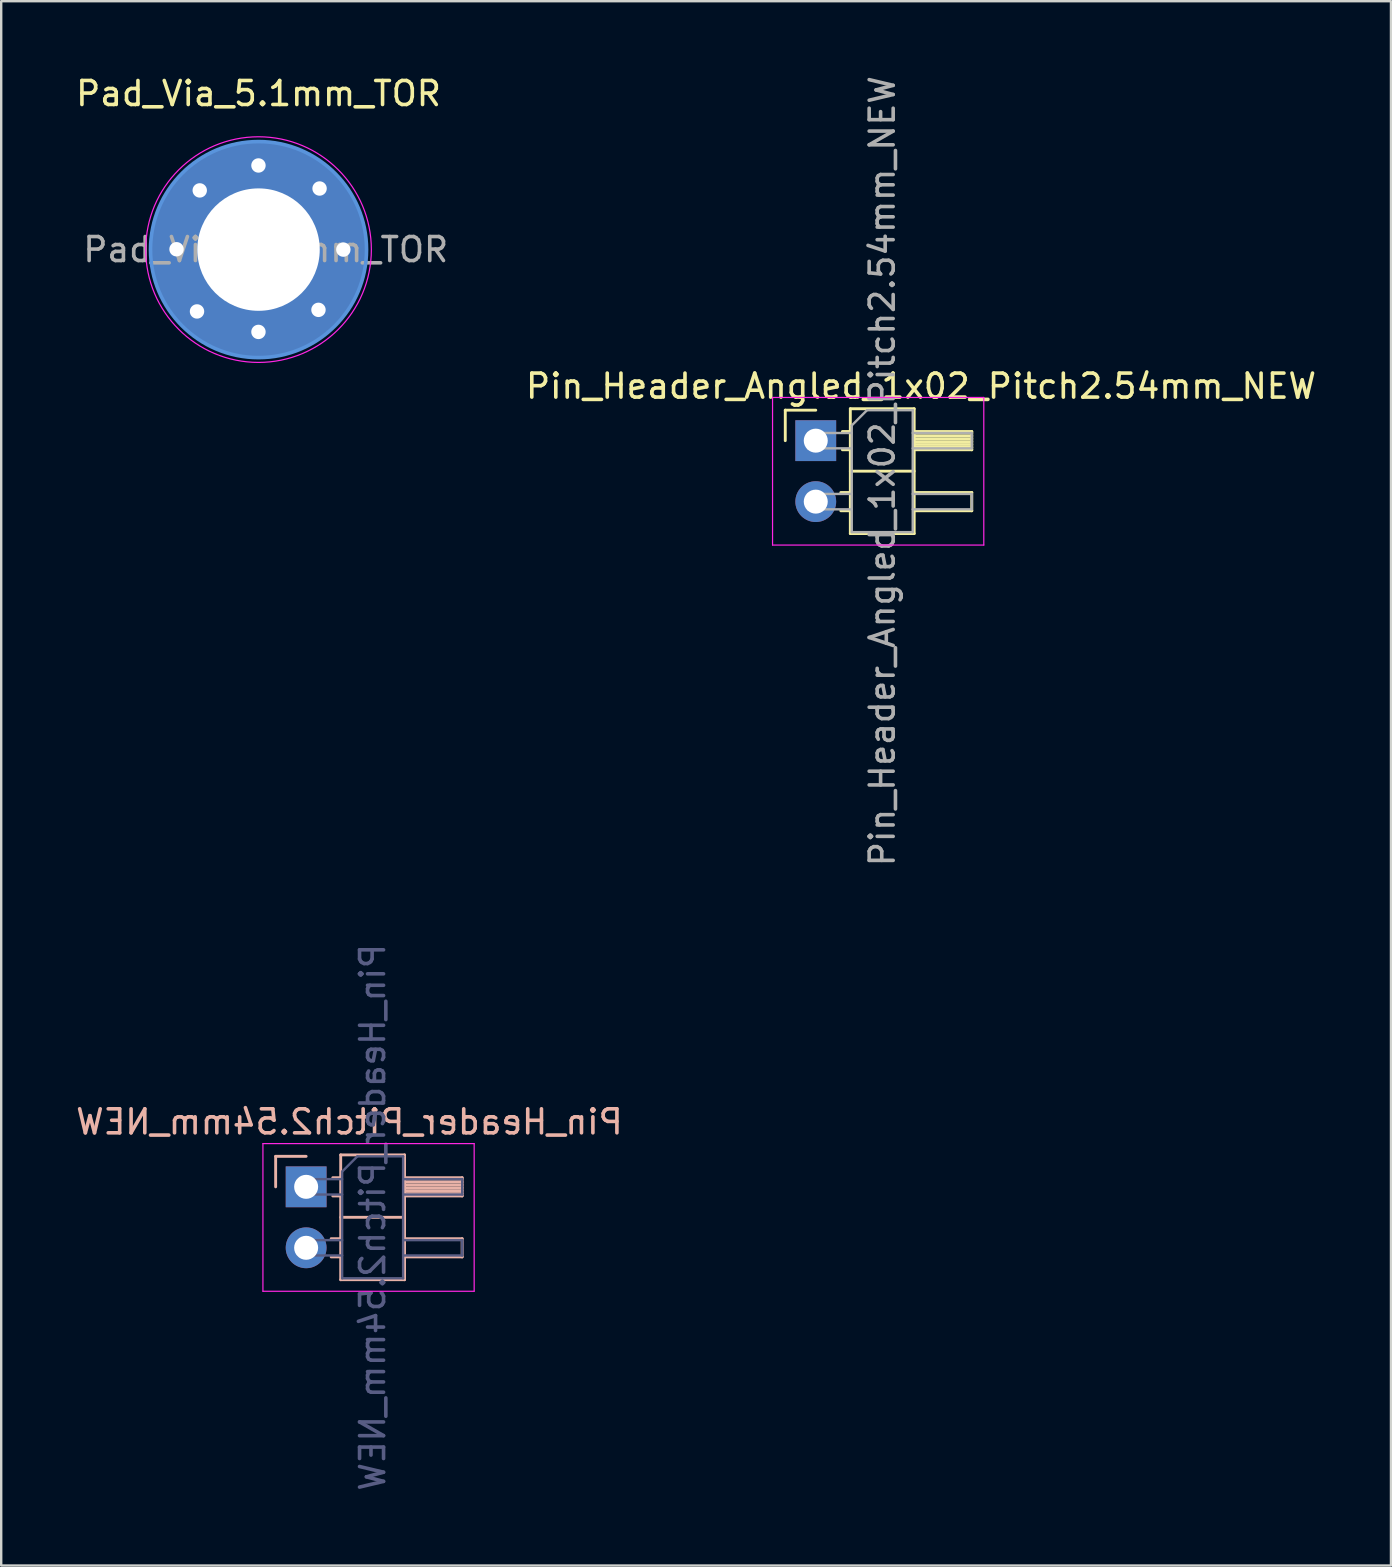
<source format=kicad_pcb>
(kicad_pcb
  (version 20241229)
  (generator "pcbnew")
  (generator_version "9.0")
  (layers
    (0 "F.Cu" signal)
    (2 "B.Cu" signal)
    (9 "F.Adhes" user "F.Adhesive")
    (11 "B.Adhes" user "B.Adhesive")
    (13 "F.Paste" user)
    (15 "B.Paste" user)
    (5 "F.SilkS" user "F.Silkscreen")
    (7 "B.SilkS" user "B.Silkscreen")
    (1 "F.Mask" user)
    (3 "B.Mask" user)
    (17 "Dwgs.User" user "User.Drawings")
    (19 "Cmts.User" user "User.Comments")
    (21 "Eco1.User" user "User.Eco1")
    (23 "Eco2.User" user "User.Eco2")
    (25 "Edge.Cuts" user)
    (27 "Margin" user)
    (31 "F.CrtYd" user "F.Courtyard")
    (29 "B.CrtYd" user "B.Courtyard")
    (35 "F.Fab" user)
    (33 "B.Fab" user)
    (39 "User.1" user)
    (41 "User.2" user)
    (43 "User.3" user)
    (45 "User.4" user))
  (footprint "Pin_Header_Pitch2.54mm_NEW"
    (layer "F.Cu")
    (at 9.703 46.391)
    (property "Reference" "Pin_Header_Pitch2.54mm_NEW" (at 1.803 -2.705 0) (layer "B.SilkS") (effects (font (size 1 1) (thickness 0.15)) (justify mirror)))
    (attr through_hole)
    (fp_line (start -1.27 -1.27) (end 0 -1.27) (stroke (width 0.12) (type solid)) (layer "B.SilkS"))
    (fp_line (start -1.27 0) (end -1.27 -1.27) (stroke (width 0.12) (type solid)) (layer "B.SilkS"))
    (fp_line (start 1.043 2.16) (end 1.44 2.16) (stroke (width 0.12) (type solid)) (layer "B.SilkS"))
    (fp_line (start 1.043 2.92) (end 1.44 2.92) (stroke (width 0.12) (type solid)) (layer "B.SilkS"))
    (fp_line (start 1.11 -0.38) (end 1.44 -0.38) (stroke (width 0.12) (type solid)) (layer "B.SilkS"))
    (fp_line (start 1.11 0.38) (end 1.44 0.38) (stroke (width 0.12) (type solid)) (layer "B.SilkS"))
    (fp_line (start 1.44 -1.33) (end 1.44 3.87) (stroke (width 0.12) (type solid)) (layer "B.SilkS"))
    (fp_line (start 1.44 1.27) (end 4.1 1.27) (stroke (width 0.12) (type solid)) (layer "B.SilkS"))
    (fp_line (start 1.44 3.87) (end 4.1 3.87) (stroke (width 0.12) (type solid)) (layer "B.SilkS"))
    (fp_line (start 4.1 -1.33) (end 1.44 -1.33) (stroke (width 0.12) (type solid)) (layer "B.SilkS"))
    (fp_line (start 4.1 -0.38) (end 6.5 -0.38) (stroke (width 0.12) (type solid)) (layer "B.SilkS"))
    (fp_line (start 4.1 -0.32) (end 6.5 -0.32) (stroke (width 0.12) (type solid)) (layer "B.SilkS"))
    (fp_line (start 4.1 -0.2) (end 6.5 -0.2) (stroke (width 0.12) (type solid)) (layer "B.SilkS"))
    (fp_line (start 4.1 -0.08) (end 6.5 -0.08) (stroke (width 0.12) (type solid)) (layer "B.SilkS"))
    (fp_line (start 4.1 0.04) (end 6.5 0.04) (stroke (width 0.12) (type solid)) (layer "B.SilkS"))
    (fp_line (start 4.1 0.16) (end 6.5 0.16) (stroke (width 0.12) (type solid)) (layer "B.SilkS"))
    (fp_line (start 4.1 0.28) (end 6.5 0.28) (stroke (width 0.12) (type solid)) (layer "B.SilkS"))
    (fp_line (start 4.1 2.16) (end 6.5 2.16) (stroke (width 0.12) (type solid)) (layer "B.SilkS"))
    (fp_line (start 4.1 3.87) (end 4.1 -1.33) (stroke (width 0.12) (type solid)) (layer "B.SilkS"))
    (fp_line (start 6.5 -0.38) (end 6.5 0.38) (stroke (width 0.12) (type solid)) (layer "B.SilkS"))
    (fp_line (start 6.5 0.38) (end 4.1 0.38) (stroke (width 0.12) (type solid)) (layer "B.SilkS"))
    (fp_line (start 6.5 2.16) (end 6.5 2.92) (stroke (width 0.12) (type solid)) (layer "B.SilkS"))
    (fp_line (start 6.5 2.92) (end 4.1 2.92) (stroke (width 0.12) (type solid)) (layer "B.SilkS"))
    (fp_line (start -1.8 -1.8) (end -1.8 4.35) (stroke (width 0.05) (type solid)) (layer "F.CrtYd"))
    (fp_line (start -1.8 4.35) (end 7 4.35) (stroke (width 0.05) (type solid)) (layer "F.CrtYd"))
    (fp_line (start 7 -1.8) (end -1.8 -1.8) (stroke (width 0.05) (type solid)) (layer "F.CrtYd"))
    (fp_line (start 7 4.35) (end 7 -1.8) (stroke (width 0.05) (type solid)) (layer "F.CrtYd"))
    (fp_line (start -0.32 -0.32) (end -0.32 0.32) (stroke (width 0.1) (type solid)) (layer "B.Fab"))
    (fp_line (start -0.32 -0.32) (end 1.5 -0.32) (stroke (width 0.1) (type solid)) (layer "B.Fab"))
    (fp_line (start -0.32 0.32) (end 1.5 0.32) (stroke (width 0.1) (type solid)) (layer "B.Fab"))
    (fp_line (start -0.32 2.22) (end -0.32 2.86) (stroke (width 0.1) (type solid)) (layer "B.Fab"))
    (fp_line (start -0.32 2.22) (end 1.5 2.22) (stroke (width 0.1) (type solid)) (layer "B.Fab"))
    (fp_line (start -0.32 2.86) (end 1.5 2.86) (stroke (width 0.1) (type solid)) (layer "B.Fab"))
    (fp_line (start 1.5 -0.635) (end 2.135 -1.27) (stroke (width 0.1) (type solid)) (layer "B.Fab"))
    (fp_line (start 1.5 3.81) (end 1.5 -0.635) (stroke (width 0.1) (type solid)) (layer "B.Fab"))
    (fp_line (start 2.135 -1.27) (end 4.04 -1.27) (stroke (width 0.1) (type solid)) (layer "B.Fab"))
    (fp_line (start 4.04 -1.27) (end 4.04 3.81) (stroke (width 0.1) (type solid)) (layer "B.Fab"))
    (fp_line (start 4.04 -0.32) (end 6.5 -0.32) (stroke (width 0.1) (type solid)) (layer "B.Fab"))
    (fp_line (start 4.04 0.32) (end 6.5 0.32) (stroke (width 0.1) (type solid)) (layer "B.Fab"))
    (fp_line (start 4.04 2.22) (end 6.5 2.22) (stroke (width 0.1) (type solid)) (layer "B.Fab"))
    (fp_line (start 4.04 2.86) (end 6.5 2.86) (stroke (width 0.1) (type solid)) (layer "B.Fab"))
    (fp_line (start 4.04 3.81) (end 1.5 3.81) (stroke (width 0.1) (type solid)) (layer "B.Fab"))
    (fp_line (start 6.5 -0.32) (end 6.5 0.32) (stroke (width 0.1) (type solid)) (layer "B.Fab"))
    (fp_line (start 6.5 2.22) (end 6.5 2.86) (stroke (width 0.1) (type solid)) (layer "B.Fab"))
    (fp_text user "${REFERENCE}" (at 2.77 1.27 90) (layer "B.Fab") (effects (font (size 1 1) (thickness 0.15)) (justify mirror)))
    (pad "1" thru_hole rect (at 0 0) (size 1.7 1.7) (drill 1) (layers "*.Cu" "*.Mask"))
    (pad "2" thru_hole oval (at 0 2.54) (size 1.7 1.7) (drill 1) (layers "*.Cu" "*.Mask")))
  (footprint "Pad_Via_5.1mm_TOR"
    (layer "F.Cu")
    (at 7.72 7.348)
    (property "Reference" "Pad_Via_5.1mm_TOR" (at 0 -6.5 0) (layer "F.SilkS") (effects (font (size 1 1) (thickness 0.15))))
    (attr exclude_from_pos_files exclude_from_bom)
    (fp_circle (center 0 0) (end 4.5 0) (stroke (width 0.15) (type solid)) (fill no) (layer "Cmts.User"))
    (fp_circle (center 0 0) (end 4.7 0) (stroke (width 0.05) (type solid)) (fill no) (layer "F.CrtYd"))
    (fp_text user "${REFERENCE}" (at 0.3 0 0) (layer "F.Fab") (effects (font (size 1 1) (thickness 0.15))))
    (pad "" thru_hole circle (at -3.416 -0.015) (size 0.9 0.9) (drill 0.6) (layers "*.Cu" "*.Mask"))
    (pad "" thru_hole circle (at -2.563 2.576) (size 0.9 0.9) (drill 0.6) (layers "*.Cu" "*.Mask"))
    (pad "" thru_hole circle (at -2.449 -2.466) (size 0.9 0.9) (drill 0.6) (layers "*.Cu" "*.Mask"))
    (pad "" thru_hole circle (at -0.003 -3.505) (size 0.9 0.9) (drill 0.6) (layers "*.Cu" "*.Mask"))
    (pad "" thru_hole circle (at -0.003 3.429) (size 0.9 0.9) (drill 0.6) (layers "*.Cu" "*.Mask"))
    (pad "" thru_hole circle (at 2.497 2.51) (size 0.9 0.9) (drill 0.6) (layers "*.Cu" "*.Mask"))
    (pad "" thru_hole circle (at 2.543 -2.545) (size 0.9 0.9) (drill 0.6) (layers "*.Cu" "*.Mask"))
    (pad "" thru_hole circle (at 3.533 0) (size 0.9 0.9) (drill 0.6) (layers "*.Cu" "*.Mask"))
    (pad "1" thru_hole circle (at 0 0) (size 9 9) (drill 5.1) (layers "*.Cu" "*.Mask")))
  (footprint "Pin_Header_Angled_1x02_Pitch2.54mm_NEW"
    (layer "F.Cu")
    (at 30.933 15.307)
    (property "Reference" "Pin_Header_Angled_1x02_Pitch2.54mm_NEW" (at 4.385 -2.27 0) (layer "F.SilkS") (effects (font (size 1 1) (thickness 0.15))))
    (attr through_hole)
    (fp_line (start -1.27 -1.27) (end 0 -1.27) (stroke (width 0.12) (type solid)) (layer "F.SilkS"))
    (fp_line (start -1.27 0) (end -1.27 -1.27) (stroke (width 0.12) (type solid)) (layer "F.SilkS"))
    (fp_line (start 1.043 2.16) (end 1.44 2.16) (stroke (width 0.12) (type solid)) (layer "F.SilkS"))
    (fp_line (start 1.043 2.92) (end 1.44 2.92) (stroke (width 0.12) (type solid)) (layer "F.SilkS"))
    (fp_line (start 1.11 -0.38) (end 1.44 -0.38) (stroke (width 0.12) (type solid)) (layer "F.SilkS"))
    (fp_line (start 1.11 0.38) (end 1.44 0.38) (stroke (width 0.12) (type solid)) (layer "F.SilkS"))
    (fp_line (start 1.44 -1.33) (end 1.44 3.87) (stroke (width 0.12) (type solid)) (layer "F.SilkS"))
    (fp_line (start 1.44 1.27) (end 4.1 1.27) (stroke (width 0.12) (type solid)) (layer "F.SilkS"))
    (fp_line (start 1.44 3.87) (end 4.1 3.87) (stroke (width 0.12) (type solid)) (layer "F.SilkS"))
    (fp_line (start 4.1 -1.33) (end 1.44 -1.33) (stroke (width 0.12) (type solid)) (layer "F.SilkS"))
    (fp_line (start 4.1 -0.38) (end 6.5 -0.38) (stroke (width 0.12) (type solid)) (layer "F.SilkS"))
    (fp_line (start 4.1 -0.32) (end 6.5 -0.32) (stroke (width 0.12) (type solid)) (layer "F.SilkS"))
    (fp_line (start 4.1 -0.2) (end 6.5 -0.2) (stroke (width 0.12) (type solid)) (layer "F.SilkS"))
    (fp_line (start 4.1 -0.08) (end 6.5 -0.08) (stroke (width 0.12) (type solid)) (layer "F.SilkS"))
    (fp_line (start 4.1 0.04) (end 6.5 0.04) (stroke (width 0.12) (type solid)) (layer "F.SilkS"))
    (fp_line (start 4.1 0.16) (end 6.5 0.16) (stroke (width 0.12) (type solid)) (layer "F.SilkS"))
    (fp_line (start 4.1 0.28) (end 6.5 0.28) (stroke (width 0.12) (type solid)) (layer "F.SilkS"))
    (fp_line (start 4.1 2.16) (end 6.5 2.16) (stroke (width 0.12) (type solid)) (layer "F.SilkS"))
    (fp_line (start 4.1 3.87) (end 4.1 -1.33) (stroke (width 0.12) (type solid)) (layer "F.SilkS"))
    (fp_line (start 6.5 -0.38) (end 6.5 0.38) (stroke (width 0.12) (type solid)) (layer "F.SilkS"))
    (fp_line (start 6.5 0.38) (end 4.1 0.38) (stroke (width 0.12) (type solid)) (layer "F.SilkS"))
    (fp_line (start 6.5 2.16) (end 6.5 2.92) (stroke (width 0.12) (type solid)) (layer "F.SilkS"))
    (fp_line (start 6.5 2.92) (end 4.1 2.92) (stroke (width 0.12) (type solid)) (layer "F.SilkS"))
    (fp_line (start -1.8 -1.8) (end -1.8 4.35) (stroke (width 0.05) (type solid)) (layer "F.CrtYd"))
    (fp_line (start -1.8 4.35) (end 7 4.35) (stroke (width 0.05) (type solid)) (layer "F.CrtYd"))
    (fp_line (start 7 -1.8) (end -1.8 -1.8) (stroke (width 0.05) (type solid)) (layer "F.CrtYd"))
    (fp_line (start 7 4.35) (end 7 -1.8) (stroke (width 0.05) (type solid)) (layer "F.CrtYd"))
    (fp_line (start -0.32 -0.32) (end -0.32 0.32) (stroke (width 0.1) (type solid)) (layer "F.Fab"))
    (fp_line (start -0.32 -0.32) (end 1.5 -0.32) (stroke (width 0.1) (type solid)) (layer "F.Fab"))
    (fp_line (start -0.32 0.32) (end 1.5 0.32) (stroke (width 0.1) (type solid)) (layer "F.Fab"))
    (fp_line (start -0.32 2.22) (end -0.32 2.86) (stroke (width 0.1) (type solid)) (layer "F.Fab"))
    (fp_line (start -0.32 2.22) (end 1.5 2.22) (stroke (width 0.1) (type solid)) (layer "F.Fab"))
    (fp_line (start -0.32 2.86) (end 1.5 2.86) (stroke (width 0.1) (type solid)) (layer "F.Fab"))
    (fp_line (start 1.5 -0.635) (end 2.135 -1.27) (stroke (width 0.1) (type solid)) (layer "F.Fab"))
    (fp_line (start 1.5 3.81) (end 1.5 -0.635) (stroke (width 0.1) (type solid)) (layer "F.Fab"))
    (fp_line (start 2.135 -1.27) (end 4.04 -1.27) (stroke (width 0.1) (type solid)) (layer "F.Fab"))
    (fp_line (start 4.04 -1.27) (end 4.04 3.81) (stroke (width 0.1) (type solid)) (layer "F.Fab"))
    (fp_line (start 4.04 -0.32) (end 6.5 -0.32) (stroke (width 0.1) (type solid)) (layer "F.Fab"))
    (fp_line (start 4.04 0.32) (end 6.5 0.32) (stroke (width 0.1) (type solid)) (layer "F.Fab"))
    (fp_line (start 4.04 2.22) (end 6.5 2.22) (stroke (width 0.1) (type solid)) (layer "F.Fab"))
    (fp_line (start 4.04 2.86) (end 6.5 2.86) (stroke (width 0.1) (type solid)) (layer "F.Fab"))
    (fp_line (start 4.04 3.81) (end 1.5 3.81) (stroke (width 0.1) (type solid)) (layer "F.Fab"))
    (fp_line (start 6.5 -0.32) (end 6.5 0.32) (stroke (width 0.1) (type solid)) (layer "F.Fab"))
    (fp_line (start 6.5 2.22) (end 6.5 2.86) (stroke (width 0.1) (type solid)) (layer "F.Fab"))
    (fp_text user "${REFERENCE}" (at 2.77 1.27 90) (layer "F.Fab") (effects (font (size 1 1) (thickness 0.15))))
    (pad "1" thru_hole rect (at 0 0) (size 1.7 1.7) (drill 1) (layers "*.Cu" "*.Mask"))
    (pad "2" thru_hole oval (at 0 2.54) (size 1.7 1.7) (drill 1) (layers "*.Cu" "*.Mask")))
  (gr_rect
    (start -3 -3)
    (end 54.895 62.167)
    (stroke (width 0.1) (type default))
    (fill no)
    (layer "Edge.Cuts")))
</source>
